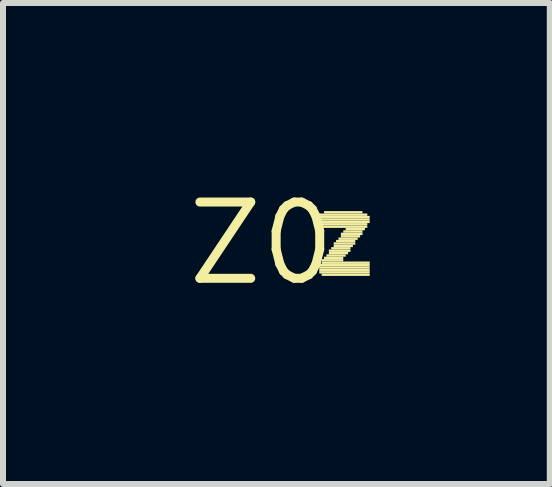
<source format=kicad_pcb>
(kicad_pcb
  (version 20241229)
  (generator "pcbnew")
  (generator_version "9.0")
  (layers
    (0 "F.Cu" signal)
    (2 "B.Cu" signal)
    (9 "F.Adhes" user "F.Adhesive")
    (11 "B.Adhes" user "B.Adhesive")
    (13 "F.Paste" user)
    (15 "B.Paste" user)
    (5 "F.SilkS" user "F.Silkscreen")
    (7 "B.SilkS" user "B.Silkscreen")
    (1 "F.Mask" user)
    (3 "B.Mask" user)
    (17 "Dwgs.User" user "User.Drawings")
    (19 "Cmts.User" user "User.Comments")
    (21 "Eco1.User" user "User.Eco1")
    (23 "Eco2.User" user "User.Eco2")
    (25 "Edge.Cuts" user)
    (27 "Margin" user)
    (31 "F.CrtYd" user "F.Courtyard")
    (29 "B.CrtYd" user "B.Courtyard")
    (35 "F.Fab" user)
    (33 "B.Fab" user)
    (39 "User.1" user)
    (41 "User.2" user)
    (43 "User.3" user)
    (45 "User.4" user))
  (footprint "Z0"
    (layer "F.Cu")
    (at 1.308 1.006)
    (property "Reference" "Z0" (at 0 0 0) (layer "F.SilkS") (effects (font (size 1.27 1.27) (thickness 0.15))))
    (fp_poly (pts (xy 0.96 -0.46) (xy 1.76 -0.46) (xy 1.76 -0.5) (xy 0.96 -0.5)) (stroke (width 0) (type default)) (fill yes) (layer "F.SilkS"))
    (fp_poly (pts (xy 0.96 -0.42) (xy 1.8 -0.42) (xy 1.8 -0.46) (xy 0.96 -0.46)) (stroke (width 0) (type default)) (fill yes) (layer "F.SilkS"))
    (fp_poly (pts (xy 0.96 -0.38) (xy 1.8 -0.38) (xy 1.8 -0.42) (xy 0.96 -0.42)) (stroke (width 0) (type default)) (fill yes) (layer "F.SilkS"))
    (fp_poly (pts (xy 0.96 -0.34) (xy 1.8 -0.34) (xy 1.8 -0.38) (xy 0.96 -0.38)) (stroke (width 0) (type default)) (fill yes) (layer "F.SilkS"))
    (fp_poly (pts (xy 0.96 -0.3) (xy 1.76 -0.3) (xy 1.76 -0.34) (xy 0.96 -0.34)) (stroke (width 0) (type default)) (fill yes) (layer "F.SilkS"))
    (fp_poly (pts (xy 0.96 0.38) (xy 1.8 0.38) (xy 1.8 0.34) (xy 0.96 0.34)) (stroke (width 0) (type default)) (fill yes) (layer "F.SilkS"))
    (fp_poly (pts (xy 0.96 0.42) (xy 1.8 0.42) (xy 1.8 0.38) (xy 0.96 0.38)) (stroke (width 0) (type default)) (fill yes) (layer "F.SilkS"))
    (fp_poly (pts (xy 0.96 0.46) (xy 1.8 0.46) (xy 1.8 0.42) (xy 0.96 0.42)) (stroke (width 0) (type default)) (fill yes) (layer "F.SilkS"))
    (fp_poly (pts (xy 0.96 0.5) (xy 1.8 0.5) (xy 1.8 0.46) (xy 0.96 0.46)) (stroke (width 0) (type default)) (fill yes) (layer "F.SilkS"))
    (fp_poly (pts (xy 1 -0.26) (xy 1.76 -0.26) (xy 1.76 -0.3) (xy 1 -0.3)) (stroke (width 0) (type default)) (fill yes) (layer "F.SilkS"))
    (fp_poly (pts (xy 1 0.3) (xy 1.36 0.3) (xy 1.36 0.26) (xy 1 0.26)) (stroke (width 0) (type default)) (fill yes) (layer "F.SilkS"))
    (fp_poly (pts (xy 1 0.34) (xy 1.8 0.34) (xy 1.8 0.3) (xy 1 0.3)) (stroke (width 0) (type default)) (fill yes) (layer "F.SilkS"))
    (fp_poly (pts (xy 1 0.54) (xy 1.8 0.54) (xy 1.8 0.5) (xy 1 0.5)) (stroke (width 0) (type default)) (fill yes) (layer "F.SilkS"))
    (fp_poly (pts (xy 1.04 -0.5) (xy 1.68 -0.5) (xy 1.68 -0.54) (xy 1.04 -0.54)) (stroke (width 0) (type default)) (fill yes) (layer "F.SilkS"))
    (fp_poly (pts (xy 1.04 0.26) (xy 1.36 0.26) (xy 1.36 0.22) (xy 1.04 0.22)) (stroke (width 0) (type default)) (fill yes) (layer "F.SilkS"))
    (fp_poly (pts (xy 1.08 0.22) (xy 1.4 0.22) (xy 1.4 0.18) (xy 1.08 0.18)) (stroke (width 0) (type default)) (fill yes) (layer "F.SilkS"))
    (fp_poly (pts (xy 1.12 0.14) (xy 1.48 0.14) (xy 1.48 0.1) (xy 1.12 0.1)) (stroke (width 0) (type default)) (fill yes) (layer "F.SilkS"))
    (fp_poly (pts (xy 1.12 0.18) (xy 1.44 0.18) (xy 1.44 0.14) (xy 1.12 0.14)) (stroke (width 0) (type default)) (fill yes) (layer "F.SilkS"))
    (fp_poly (pts (xy 1.16 0.1) (xy 1.48 0.1) (xy 1.48 0.06) (xy 1.16 0.06)) (stroke (width 0) (type default)) (fill yes) (layer "F.SilkS"))
    (fp_poly (pts (xy 1.2 0.02) (xy 1.56 0.02) (xy 1.56 -0.02) (xy 1.2 -0.02)) (stroke (width 0) (type default)) (fill yes) (layer "F.SilkS"))
    (fp_poly (pts (xy 1.2 0.06) (xy 1.52 0.06) (xy 1.52 0.02) (xy 1.2 0.02)) (stroke (width 0) (type default)) (fill yes) (layer "F.SilkS"))
    (fp_poly (pts (xy 1.24 -0.02) (xy 1.56 -0.02) (xy 1.56 -0.06) (xy 1.24 -0.06)) (stroke (width 0) (type default)) (fill yes) (layer "F.SilkS"))
    (fp_poly (pts (xy 1.28 -0.06) (xy 1.6 -0.06) (xy 1.6 -0.1) (xy 1.28 -0.1)) (stroke (width 0) (type default)) (fill yes) (layer "F.SilkS"))
    (fp_poly (pts (xy 1.32 -0.14) (xy 1.68 -0.14) (xy 1.68 -0.18) (xy 1.32 -0.18)) (stroke (width 0) (type default)) (fill yes) (layer "F.SilkS"))
    (fp_poly (pts (xy 1.32 -0.1) (xy 1.64 -0.1) (xy 1.64 -0.14) (xy 1.32 -0.14)) (stroke (width 0) (type default)) (fill yes) (layer "F.SilkS"))
    (fp_poly (pts (xy 1.36 -0.18) (xy 1.68 -0.18) (xy 1.68 -0.22) (xy 1.36 -0.22)) (stroke (width 0) (type default)) (fill yes) (layer "F.SilkS"))
    (fp_poly (pts (xy 1.4 -0.22) (xy 1.72 -0.22) (xy 1.72 -0.26) (xy 1.4 -0.26)) (stroke (width 0) (type default)) (fill yes) (layer "F.SilkS")))
  (gr_rect
    (start -3 -3)
    (end 6.108 5.012)
    (stroke (width 0.1) (type default))
    (fill no)
    (layer "Edge.Cuts")))
</source>
